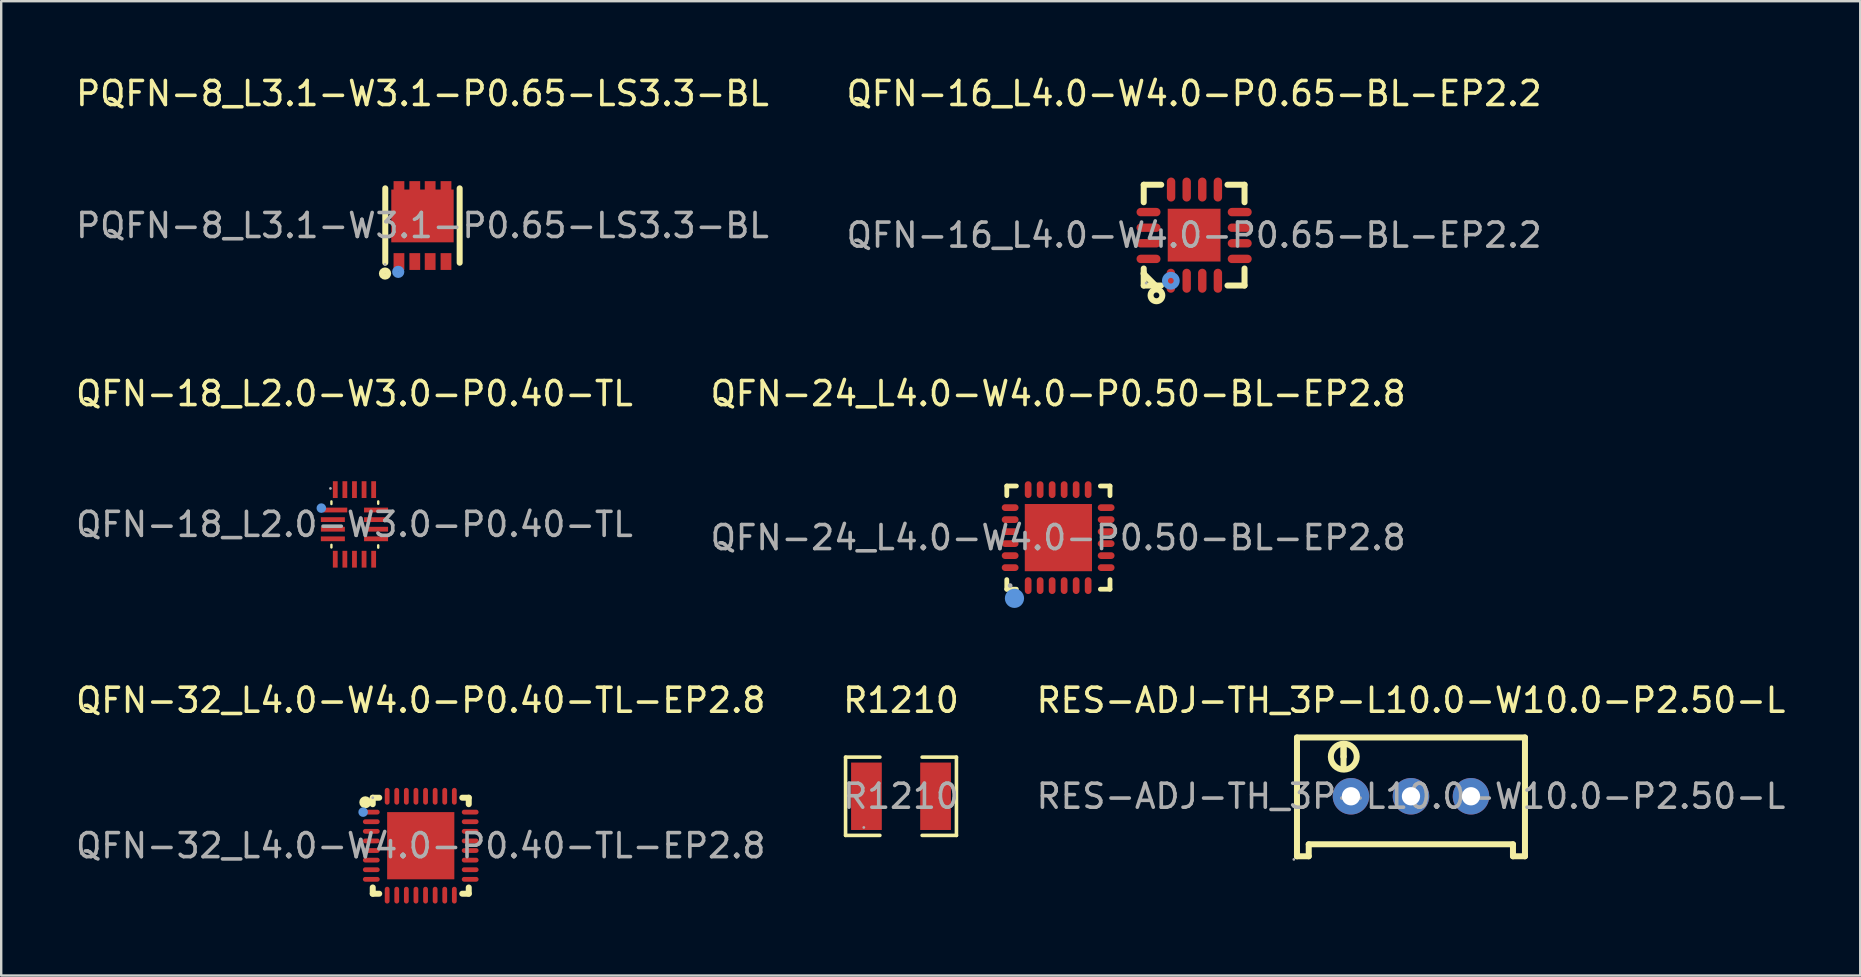
<source format=kicad_pcb>
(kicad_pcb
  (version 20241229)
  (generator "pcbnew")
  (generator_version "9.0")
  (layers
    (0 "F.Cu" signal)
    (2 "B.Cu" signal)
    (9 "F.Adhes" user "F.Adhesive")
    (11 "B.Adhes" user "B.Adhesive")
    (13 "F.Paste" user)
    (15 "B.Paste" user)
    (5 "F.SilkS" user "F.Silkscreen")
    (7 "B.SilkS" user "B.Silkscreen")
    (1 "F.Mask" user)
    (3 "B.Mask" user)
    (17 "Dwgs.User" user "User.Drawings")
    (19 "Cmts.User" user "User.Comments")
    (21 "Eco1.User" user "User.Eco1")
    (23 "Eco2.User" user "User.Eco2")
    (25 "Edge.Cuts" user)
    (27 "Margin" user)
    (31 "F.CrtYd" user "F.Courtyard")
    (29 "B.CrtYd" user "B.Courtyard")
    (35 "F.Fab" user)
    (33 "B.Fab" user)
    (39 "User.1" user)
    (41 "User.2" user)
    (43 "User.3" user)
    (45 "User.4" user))
  (footprint "PQFN-8_L3.1-W3.1-P0.65-LS3.3-BL"
    (layer "F.Cu")
    (at 14.554 6.348)
    (property "Reference" "PQFN-8_L3.1-W3.1-P0.65-LS3.3-BL" (at 0 -5.5 0) (layer "F.SilkS") (effects (font (size 1 1) (thickness 0.15))))
    (attr smd)
    (fp_line (start -1.55 1.55) (end -1.55 -1.55) (stroke (width 0.25) (type solid)) (layer "F.SilkS"))
    (fp_line (start 1.55 -1.55) (end 1.55 1.55) (stroke (width 0.25) (type solid)) (layer "F.SilkS"))
    (fp_circle (center -1.56 2) (end -1.43 2) (stroke (width 0.25) (type solid)) (fill no) (layer "F.SilkS"))
    (fp_circle (center -1.01 1.93) (end -0.88 1.93) (stroke (width 0.25) (type solid)) (fill no) (layer "Cmts.User"))
    (fp_circle (center -1.56 1.62) (end -1.53 1.62) (stroke (width 0.06) (type solid)) (fill no) (layer "F.Fab"))
    (fp_text user "${REFERENCE}" (at 0 0 0) (layer "F.Fab") (effects (font (size 1 1) (thickness 0.15))))
    (pad "1" smd rect (at -0.98 1.5) (size 0.45 0.7) (layers "F.Cu" "F.Mask" "F.Paste"))
    (pad "2" smd rect (at -0.32 1.5) (size 0.45 0.7) (layers "F.Cu" "F.Mask" "F.Paste"))
    (pad "3" smd rect (at 0.32 1.5) (size 0.45 0.7) (layers "F.Cu" "F.Mask" "F.Paste"))
    (pad "4" smd rect (at 0.98 1.5) (size 0.45 0.7) (layers "F.Cu" "F.Mask" "F.Paste"))
    (pad "5" smd rect (at 0.98 -1.5) (size 0.45 0.7) (layers "F.Cu" "F.Mask" "F.Paste"))
    (pad "6" smd rect (at 0.32 -1.5) (size 0.45 0.7) (layers "F.Cu" "F.Mask" "F.Paste"))
    (pad "7" smd rect (at -0.32 -1.5) (size 0.45 0.7) (layers "F.Cu" "F.Mask" "F.Paste"))
    (pad "8" smd rect (at -0.98 -1.5) (size 0.45 0.7) (layers "F.Cu" "F.Mask" "F.Paste"))
    (pad "8" smd rect (at 0 -0.4 90) (size 2.2 2.6) (layers "F.Cu" "F.Mask" "F.Paste")))
  (footprint "R1210"
    (layer "F.Cu")
    (at 34.494 30.13)
    (property "Reference" "R1210" (at 0 -4 0) (layer "F.SilkS") (effects (font (size 1 1) (thickness 0.15))))
    (attr smd)
    (fp_line (start -2.31 -1.63) (end -0.88 -1.63) (stroke (width 0.15) (type solid)) (layer "F.SilkS"))
    (fp_line (start -2.31 1.63) (end -2.31 -1.63) (stroke (width 0.15) (type solid)) (layer "F.SilkS"))
    (fp_line (start -0.88 1.63) (end -2.31 1.63) (stroke (width 0.15) (type solid)) (layer "F.SilkS"))
    (fp_line (start 0.88 1.63) (end 2.31 1.63) (stroke (width 0.15) (type solid)) (layer "F.SilkS"))
    (fp_line (start 2.31 -1.63) (end 0.88 -1.63) (stroke (width 0.15) (type solid)) (layer "F.SilkS"))
    (fp_line (start 2.31 1.63) (end 2.31 -1.63) (stroke (width 0.15) (type solid)) (layer "F.SilkS"))
    (fp_circle (center -1.55 1.3) (end -1.52 1.3) (stroke (width 0.06) (type solid)) (fill no) (layer "F.Fab"))
    (fp_text user "${REFERENCE}" (at 0 0 0) (layer "F.Fab") (effects (font (size 1 1) (thickness 0.15))))
    (pad "1" smd rect (at -1.44 0) (size 1.28 2.81) (layers "F.Cu" "F.Mask" "F.Paste"))
    (pad "2" smd rect (at 1.44 0) (size 1.28 2.81) (layers "F.Cu" "F.Mask" "F.Paste")))
  (footprint "RES-ADJ-TH_3P-L10.0-W10.0-P2.50-L"
    (layer "F.Cu")
    (at 55.744 30.13)
    (property "Reference" "RES-ADJ-TH_3P-L10.0-W10.0-P2.50-L" (at 0 -4 0) (layer "F.SilkS") (effects (font (size 1 1) (thickness 0.15))))
    (attr through_hole)
    (fp_line (start -4.75 -2.45) (end -4.75 2.45) (stroke (width 0.25) (type solid)) (layer "F.SilkS"))
    (fp_line (start -4.75 -2.45) (end 4.75 -2.45) (stroke (width 0.25) (type solid)) (layer "F.SilkS"))
    (fp_line (start -4.75 2.45) (end -4.75 2.5) (stroke (width 0.25) (type solid)) (layer "F.SilkS"))
    (fp_line (start -4.75 2.5) (end -4.26 2.5) (stroke (width 0.25) (type solid)) (layer "F.SilkS"))
    (fp_line (start -4.26 2) (end 4.25 2) (stroke (width 0.25) (type solid)) (layer "F.SilkS"))
    (fp_line (start -4.26 2.5) (end -4.26 2) (stroke (width 0.25) (type solid)) (layer "F.SilkS"))
    (fp_line (start -2.81 -2.03) (end -2.81 -1.65) (stroke (width 0.25) (type solid)) (layer "F.SilkS"))
    (fp_line (start -2.81 -1.65) (end -2.81 -2.03) (stroke (width 0.25) (type solid)) (layer "F.SilkS"))
    (fp_line (start -2.81 -1.27) (end -2.81 -1.65) (stroke (width 0.25) (type solid)) (layer "F.SilkS"))
    (fp_line (start 4.25 2) (end 4.25 2.5) (stroke (width 0.25) (type solid)) (layer "F.SilkS"))
    (fp_line (start 4.25 2.5) (end 4.75 2.5) (stroke (width 0.25) (type solid)) (layer "F.SilkS"))
    (fp_line (start 4.75 2.45) (end 4.75 -2.45) (stroke (width 0.25) (type solid)) (layer "F.SilkS"))
    (fp_line (start 4.75 2.5) (end 4.75 2.45) (stroke (width 0.25) (type solid)) (layer "F.SilkS"))
    (fp_arc (start -2.8 -2.19) (mid -2.795005 -1.110023) (end -2.80999 -2.189908) (stroke (width 0.25) (type solid)) (layer "F.SilkS"))
    (fp_circle (center -4.88 2.63) (end -4.85 2.63) (stroke (width 0.06) (type solid)) (fill no) (layer "F.Fab"))
    (fp_circle (center -2.5 0) (end -2.36 0) (stroke (width 0.28) (type solid)) (fill no) (layer "F.Fab"))
    (fp_circle (center 0 0) (end 0.14 0) (stroke (width 0.28) (type solid)) (fill no) (layer "F.Fab"))
    (fp_circle (center 2.5 0) (end 2.64 0) (stroke (width 0.28) (type solid)) (fill no) (layer "F.Fab"))
    (fp_text user "${REFERENCE}" (at 0 0 0) (layer "F.Fab") (effects (font (size 1 1) (thickness 0.15))))
    (pad "1" thru_hole circle (at -2.5 0) (size 1.52 1.52) (drill 0.762) (layers "*.Cu" "*.Mask"))
    (pad "2" thru_hole circle (at 0 0) (size 1.52 1.52) (drill 0.762) (layers "*.Cu" "*.Mask"))
    (pad "3" thru_hole circle (at 2.5 0) (size 1.52 1.52) (drill 0.762) (layers "*.Cu" "*.Mask")))
  (footprint "QFN-16_L4.0-W4.0-P0.65-BL-EP2.2"
    (layer "F.Cu")
    (at 46.708 6.748)
    (property "Reference" "QFN-16_L4.0-W4.0-P0.65-BL-EP2.2" (at 0 -5.9 0) (layer "F.SilkS") (effects (font (size 1 1) (thickness 0.15))))
    (attr smd)
    (fp_line (start -2.1 -2.1) (end -1.37 -2.1) (stroke (width 0.25) (type solid)) (layer "F.SilkS"))
    (fp_line (start -2.1 -1.37) (end -2.1 -2.1) (stroke (width 0.25) (type solid)) (layer "F.SilkS"))
    (fp_line (start -2.1 1.57) (end -2.1 1.61) (stroke (width 0.25) (type solid)) (layer "F.SilkS"))
    (fp_line (start -2.1 1.61) (end -1.61 2.1) (stroke (width 0.25) (type solid)) (layer "F.SilkS"))
    (fp_line (start -2.1 2.1) (end -2.1 1.39) (stroke (width 0.25) (type solid)) (layer "F.SilkS"))
    (fp_line (start -2.1 2.1) (end -1.38 2.1) (stroke (width 0.25) (type solid)) (layer "F.SilkS"))
    (fp_line (start 1.39 -2.1) (end 2.1 -2.1) (stroke (width 0.25) (type solid)) (layer "F.SilkS"))
    (fp_line (start 1.39 2.1) (end 2.1 2.1) (stroke (width 0.25) (type solid)) (layer "F.SilkS"))
    (fp_line (start 2.1 -1.37) (end 2.1 -2.1) (stroke (width 0.25) (type solid)) (layer "F.SilkS"))
    (fp_line (start 2.1 2.1) (end 2.1 1.39) (stroke (width 0.25) (type solid)) (layer "F.SilkS"))
    (fp_circle (center -1.57 2.51) (end -1.45 2.51) (stroke (width 0.25) (type solid)) (fill no) (layer "F.SilkS"))
    (fp_circle (center -0.97 1.9) (end -0.85 1.9) (stroke (width 0.25) (type solid)) (fill no) (layer "Cmts.User"))
    (fp_circle (center -2 2) (end -1.97 2) (stroke (width 0.06) (type solid)) (fill no) (layer "F.Fab"))
    (fp_text user "${REFERENCE}" (at 0 0 0) (layer "F.Fab") (effects (font (size 1 1) (thickness 0.15))))
    (pad "1" smd oval (at -0.97 1.9) (size 0.35 1) (layers "F.Cu" "F.Mask" "F.Paste"))
    (pad "2" smd oval (at -0.31 1.9) (size 0.35 1) (layers "F.Cu" "F.Mask" "F.Paste"))
    (pad "3" smd oval (at 0.34 1.9) (size 0.35 1) (layers "F.Cu" "F.Mask" "F.Paste"))
    (pad "4" smd oval (at 0.99 1.9) (size 0.35 1) (layers "F.Cu" "F.Mask" "F.Paste"))
    (pad "5" smd oval (at 1.9 0.99) (size 1 0.35) (layers "F.Cu" "F.Mask" "F.Paste"))
    (pad "6" smd oval (at 1.9 0.34) (size 1 0.35) (layers "F.Cu" "F.Mask" "F.Paste"))
    (pad "7" smd oval (at 1.9 -0.31) (size 1 0.35) (layers "F.Cu" "F.Mask" "F.Paste"))
    (pad "8" smd oval (at 1.9 -0.96) (size 1 0.35) (layers "F.Cu" "F.Mask" "F.Paste"))
    (pad "9" smd oval (at 0.99 -1.9) (size 0.35 1) (layers "F.Cu" "F.Mask" "F.Paste"))
    (pad "10" smd oval (at 0.34 -1.9) (size 0.35 1) (layers "F.Cu" "F.Mask" "F.Paste"))
    (pad "11" smd oval (at -0.31 -1.9) (size 0.35 1) (layers "F.Cu" "F.Mask" "F.Paste"))
    (pad "12" smd oval (at -0.96 -1.9) (size 0.35 1) (layers "F.Cu" "F.Mask" "F.Paste"))
    (pad "13" smd oval (at -1.9 -0.96) (size 1 0.35) (layers "F.Cu" "F.Mask" "F.Paste"))
    (pad "14" smd oval (at -1.9 -0.31) (size 1 0.35) (layers "F.Cu" "F.Mask" "F.Paste"))
    (pad "15" smd oval (at -1.9 0.34) (size 1 0.35) (layers "F.Cu" "F.Mask" "F.Paste"))
    (pad "16" smd oval (at -1.9 0.99) (size 1 0.35) (layers "F.Cu" "F.Mask" "F.Paste"))
    (pad "17" smd rect (at 0 0) (size 2.2 2.2) (layers "F.Cu" "F.Mask" "F.Paste")))
  (footprint "QFN-32_L4.0-W4.0-P0.40-TL-EP2.8"
    (layer "F.Cu")
    (at 14.482 32.19)
    (property "Reference" "QFN-32_L4.0-W4.0-P0.40-TL-EP2.8" (at 0 -6.06 0) (layer "F.SilkS") (effects (font (size 1 1) (thickness 0.15))))
    (attr smd)
    (fp_line (start -2 -2) (end -1.73 -2) (stroke (width 0.25) (type solid)) (layer "F.SilkS"))
    (fp_line (start -2 -1.73) (end -2 -2) (stroke (width 0.25) (type solid)) (layer "F.SilkS"))
    (fp_line (start -2 2) (end -2 1.74) (stroke (width 0.25) (type solid)) (layer "F.SilkS"))
    (fp_line (start -1.73 2) (end -2 2) (stroke (width 0.25) (type solid)) (layer "F.SilkS"))
    (fp_line (start 1.73 -2) (end 2 -2) (stroke (width 0.25) (type solid)) (layer "F.SilkS"))
    (fp_line (start 2 -2) (end 2 -1.73) (stroke (width 0.25) (type solid)) (layer "F.SilkS"))
    (fp_line (start 2 1.74) (end 2 2) (stroke (width 0.25) (type solid)) (layer "F.SilkS"))
    (fp_line (start 2 2) (end 1.73 2) (stroke (width 0.25) (type solid)) (layer "F.SilkS"))
    (fp_arc (start -2.31 -1.81) (mid -2.31 -1.81) (end -2.31 -1.81) (stroke (width 0.25) (type solid)) (layer "F.SilkS"))
    (fp_circle (center -2.4 -1.4) (end -2.3 -1.4) (stroke (width 0.2) (type solid)) (fill no) (layer "Cmts.User"))
    (fp_circle (center -2 -2) (end -1.97 -2) (stroke (width 0.06) (type solid)) (fill no) (layer "F.Fab"))
    (fp_text user "${REFERENCE}" (at 0 0 0) (layer "F.Fab") (effects (font (size 1 1) (thickness 0.15))))
    (pad "1" smd oval (at -2.06 -1.4 270) (size 0.2 0.7) (layers "F.Cu" "F.Mask" "F.Paste"))
    (pad "2" smd oval (at -2.06 -1 270) (size 0.2 0.7) (layers "F.Cu" "F.Mask" "F.Paste"))
    (pad "3" smd oval (at -2.06 -0.6 270) (size 0.2 0.7) (layers "F.Cu" "F.Mask" "F.Paste"))
    (pad "4" smd oval (at -2.06 -0.2 270) (size 0.2 0.7) (layers "F.Cu" "F.Mask" "F.Paste"))
    (pad "5" smd oval (at -2.06 0.2 270) (size 0.2 0.7) (layers "F.Cu" "F.Mask" "F.Paste"))
    (pad "6" smd oval (at -2.06 0.6 270) (size 0.2 0.7) (layers "F.Cu" "F.Mask" "F.Paste"))
    (pad "7" smd oval (at -2.06 1 270) (size 0.2 0.7) (layers "F.Cu" "F.Mask" "F.Paste"))
    (pad "8" smd oval (at -2.06 1.4 270) (size 0.2 0.7) (layers "F.Cu" "F.Mask" "F.Paste"))
    (pad "9" smd oval (at -1.4 2.06 180) (size 0.2 0.7) (layers "F.Cu" "F.Mask" "F.Paste"))
    (pad "10" smd oval (at -1 2.06 180) (size 0.2 0.7) (layers "F.Cu" "F.Mask" "F.Paste"))
    (pad "11" smd oval (at -0.6 2.06 180) (size 0.2 0.7) (layers "F.Cu" "F.Mask" "F.Paste"))
    (pad "12" smd oval (at -0.2 2.06 180) (size 0.2 0.7) (layers "F.Cu" "F.Mask" "F.Paste"))
    (pad "13" smd oval (at 0.2 2.06 180) (size 0.2 0.7) (layers "F.Cu" "F.Mask" "F.Paste"))
    (pad "14" smd oval (at 0.6 2.06 180) (size 0.2 0.7) (layers "F.Cu" "F.Mask" "F.Paste"))
    (pad "15" smd oval (at 1 2.06 180) (size 0.2 0.7) (layers "F.Cu" "F.Mask" "F.Paste"))
    (pad "16" smd oval (at 1.4 2.06 180) (size 0.2 0.7) (layers "F.Cu" "F.Mask" "F.Paste"))
    (pad "17" smd oval (at 2.06 1.4 270) (size 0.2 0.7) (layers "F.Cu" "F.Mask" "F.Paste"))
    (pad "18" smd oval (at 2.06 1 270) (size 0.2 0.7) (layers "F.Cu" "F.Mask" "F.Paste"))
    (pad "19" smd oval (at 2.06 0.6 270) (size 0.2 0.7) (layers "F.Cu" "F.Mask" "F.Paste"))
    (pad "20" smd oval (at 2.06 0.2 270) (size 0.2 0.7) (layers "F.Cu" "F.Mask" "F.Paste"))
    (pad "21" smd oval (at 2.06 -0.2 270) (size 0.2 0.7) (layers "F.Cu" "F.Mask" "F.Paste"))
    (pad "22" smd oval (at 2.06 -0.6 270) (size 0.2 0.7) (layers "F.Cu" "F.Mask" "F.Paste"))
    (pad "23" smd oval (at 2.06 -1 270) (size 0.2 0.7) (layers "F.Cu" "F.Mask" "F.Paste"))
    (pad "24" smd oval (at 2.06 -1.4 270) (size 0.2 0.7) (layers "F.Cu" "F.Mask" "F.Paste"))
    (pad "25" smd oval (at 1.4 -2.06) (size 0.2 0.7) (layers "F.Cu" "F.Mask" "F.Paste"))
    (pad "26" smd oval (at 1 -2.06) (size 0.2 0.7) (layers "F.Cu" "F.Mask" "F.Paste"))
    (pad "27" smd oval (at 0.6 -2.06) (size 0.2 0.7) (layers "F.Cu" "F.Mask" "F.Paste"))
    (pad "28" smd oval (at 0.2 -2.06) (size 0.2 0.7) (layers "F.Cu" "F.Mask" "F.Paste"))
    (pad "29" smd oval (at -0.2 -2.06) (size 0.2 0.7) (layers "F.Cu" "F.Mask" "F.Paste"))
    (pad "30" smd oval (at -0.6 -2.06) (size 0.2 0.7) (layers "F.Cu" "F.Mask" "F.Paste"))
    (pad "31" smd oval (at -1 -2.06) (size 0.2 0.7) (layers "F.Cu" "F.Mask" "F.Paste"))
    (pad "32" smd oval (at -1.4 -2.06) (size 0.2 0.7) (layers "F.Cu" "F.Mask" "F.Paste"))
    (pad "33" smd rect (at 0 0 180) (size 2.8 2.8) (layers "F.Cu" "F.Mask" "F.Paste")))
  (footprint "QFN-24_L4.0-W4.0-P0.50-BL-EP2.8"
    (layer "F.Cu")
    (at 41.042 19.352)
    (property "Reference" "QFN-24_L4.0-W4.0-P0.50-BL-EP2.8" (at 0 -6 0) (layer "F.SilkS") (effects (font (size 1 1) (thickness 0.15))))
    (attr smd)
    (fp_line (start -2.14 -2.15) (end -1.74 -2.15) (stroke (width 0.2) (type solid)) (layer "F.SilkS"))
    (fp_line (start -2.14 -1.75) (end -2.14 -2.15) (stroke (width 0.2) (type solid)) (layer "F.SilkS"))
    (fp_line (start -2.14 2.15) (end -2.14 1.75) (stroke (width 0.2) (type solid)) (layer "F.SilkS"))
    (fp_line (start -1.74 2.15) (end -2.14 2.15) (stroke (width 0.2) (type solid)) (layer "F.SilkS"))
    (fp_line (start 2.16 -2.15) (end 1.76 -2.15) (stroke (width 0.2) (type solid)) (layer "F.SilkS"))
    (fp_line (start 2.16 -1.75) (end 2.16 -2.15) (stroke (width 0.2) (type solid)) (layer "F.SilkS"))
    (fp_line (start 2.16 1.75) (end 2.16 2.15) (stroke (width 0.2) (type solid)) (layer "F.SilkS"))
    (fp_line (start 2.16 2.15) (end 1.76 2.15) (stroke (width 0.2) (type solid)) (layer "F.SilkS"))
    (fp_circle (center -1.82 2.53) (end -1.62 2.53) (stroke (width 0.4) (type solid)) (fill no) (layer "Cmts.User"))
    (fp_circle (center -2 2) (end -1.95 2) (stroke (width 0.1) (type solid)) (fill no) (layer "F.Fab"))
    (fp_text user "${REFERENCE}" (at 0 0 0) (layer "F.Fab") (effects (font (size 1 1) (thickness 0.15))))
    (pad "1" smd oval (at -1.25 2 180) (size 0.28 0.7) (layers "F.Cu" "F.Mask" "F.Paste"))
    (pad "2" smd oval (at -0.75 2 180) (size 0.28 0.7) (layers "F.Cu" "F.Mask" "F.Paste"))
    (pad "3" smd oval (at -0.25 2 180) (size 0.28 0.7) (layers "F.Cu" "F.Mask" "F.Paste"))
    (pad "4" smd oval (at 0.25 2 180) (size 0.28 0.7) (layers "F.Cu" "F.Mask" "F.Paste"))
    (pad "5" smd oval (at 0.75 2 180) (size 0.28 0.7) (layers "F.Cu" "F.Mask" "F.Paste"))
    (pad "6" smd oval (at 1.25 2 180) (size 0.28 0.7) (layers "F.Cu" "F.Mask" "F.Paste"))
    (pad "7" smd oval (at 2 1.25 90) (size 0.28 0.7) (layers "F.Cu" "F.Mask" "F.Paste"))
    (pad "8" smd oval (at 2 0.75 90) (size 0.28 0.7) (layers "F.Cu" "F.Mask" "F.Paste"))
    (pad "9" smd oval (at 2 0.25 90) (size 0.28 0.7) (layers "F.Cu" "F.Mask" "F.Paste"))
    (pad "10" smd oval (at 2 -0.25 90) (size 0.28 0.7) (layers "F.Cu" "F.Mask" "F.Paste"))
    (pad "11" smd oval (at 2 -0.75 90) (size 0.28 0.7) (layers "F.Cu" "F.Mask" "F.Paste"))
    (pad "12" smd oval (at 2 -1.25 90) (size 0.28 0.7) (layers "F.Cu" "F.Mask" "F.Paste"))
    (pad "13" smd oval (at 1.25 -2 180) (size 0.28 0.7) (layers "F.Cu" "F.Mask" "F.Paste"))
    (pad "14" smd oval (at 0.75 -2 180) (size 0.28 0.7) (layers "F.Cu" "F.Mask" "F.Paste"))
    (pad "15" smd oval (at 0.25 -2 180) (size 0.28 0.7) (layers "F.Cu" "F.Mask" "F.Paste"))
    (pad "16" smd oval (at -0.25 -2 180) (size 0.28 0.7) (layers "F.Cu" "F.Mask" "F.Paste"))
    (pad "17" smd oval (at -0.75 -2 180) (size 0.28 0.7) (layers "F.Cu" "F.Mask" "F.Paste"))
    (pad "18" smd oval (at -1.25 -2 180) (size 0.28 0.7) (layers "F.Cu" "F.Mask" "F.Paste"))
    (pad "19" smd oval (at -2 -1.25 90) (size 0.28 0.7) (layers "F.Cu" "F.Mask" "F.Paste"))
    (pad "20" smd oval (at -2 -0.75 90) (size 0.28 0.7) (layers "F.Cu" "F.Mask" "F.Paste"))
    (pad "21" smd oval (at -2 -0.25 90) (size 0.28 0.7) (layers "F.Cu" "F.Mask" "F.Paste"))
    (pad "22" smd oval (at -2 0.25 90) (size 0.28 0.7) (layers "F.Cu" "F.Mask" "F.Paste"))
    (pad "23" smd oval (at -2 0.75 90) (size 0.28 0.7) (layers "F.Cu" "F.Mask" "F.Paste"))
    (pad "24" smd oval (at -2 1.25 90) (size 0.28 0.7) (layers "F.Cu" "F.Mask" "F.Paste"))
    (pad "25" smd rect (at 0.01 0 90) (size 2.8 2.8) (layers "F.Cu" "F.Mask" "F.Paste")))
  (footprint "QFN-18_L2.0-W3.0-P0.40-TL"
    (layer "F.Cu")
    (at 11.72 18.802)
    (property "Reference" "QFN-18_L2.0-W3.0-P0.40-TL" (at 0 -5.45 0) (layer "F.SilkS") (effects (font (size 1 1) (thickness 0.15))))
    (attr smd)
    (fp_line (start -0.96 -0.96) (end -0.96 -0.85) (stroke (width 0.1) (type solid)) (layer "F.SilkS"))
    (fp_line (start -0.96 0.85) (end -0.96 0.96) (stroke (width 0.1) (type solid)) (layer "F.SilkS"))
    (fp_line (start 0.99 -0.96) (end 0.99 -0.86) (stroke (width 0.1) (type solid)) (layer "F.SilkS"))
    (fp_line (start 0.99 0.87) (end 0.99 0.97) (stroke (width 0.1) (type solid)) (layer "F.SilkS"))
    (fp_circle (center -1.38 -0.68) (end -1.28 -0.68) (stroke (width 0.2) (type solid)) (fill no) (layer "Cmts.User"))
    (fp_circle (center -1 -1.5) (end -0.97 -1.5) (stroke (width 0.06) (type solid)) (fill no) (layer "F.Fab"))
    (fp_text user "${REFERENCE}" (at 0 0 0) (layer "F.Fab") (effects (font (size 1 1) (thickness 0.15))))
    (pad "1" smd rect (at -0.8 -0.6) (size 1 0.2) (layers "F.Cu" "F.Mask" "F.Paste"))
    (pad "2" smd rect (at -0.9 -0.2) (size 1 0.2) (layers "F.Cu" "F.Mask" "F.Paste"))
    (pad "3" smd rect (at -0.9 0.2) (size 1 0.2) (layers "F.Cu" "F.Mask" "F.Paste"))
    (pad "4" smd rect (at -0.9 0.6) (size 1 0.2) (layers "F.Cu" "F.Mask" "F.Paste"))
    (pad "5" smd rect (at -0.8 1.45 90) (size 0.7 0.2) (layers "F.Cu" "F.Mask" "F.Paste"))
    (pad "6" smd rect (at -0.4 1.45 90) (size 0.7 0.2) (layers "F.Cu" "F.Mask" "F.Paste"))
    (pad "7" smd rect (at 0 1.45 90) (size 0.7 0.2) (layers "F.Cu" "F.Mask" "F.Paste"))
    (pad "8" smd rect (at 0.4 1.45 90) (size 0.7 0.2) (layers "F.Cu" "F.Mask" "F.Paste"))
    (pad "9" smd rect (at 0.8 1.45 90) (size 0.7 0.2) (layers "F.Cu" "F.Mask" "F.Paste"))
    (pad "10" smd rect (at 0.9 0.6) (size 1 0.2) (layers "F.Cu" "F.Mask" "F.Paste"))
    (pad "11" smd rect (at 0.9 0.2) (size 1 0.2) (layers "F.Cu" "F.Mask" "F.Paste"))
    (pad "12" smd rect (at 0.9 -0.2) (size 1 0.2) (layers "F.Cu" "F.Mask" "F.Paste"))
    (pad "13" smd rect (at 0.9 -0.6) (size 1 0.2) (layers "F.Cu" "F.Mask" "F.Paste"))
    (pad "14" smd rect (at 0.8 -1.45 90) (size 0.7 0.2) (layers "F.Cu" "F.Mask" "F.Paste"))
    (pad "15" smd rect (at 0.4 -1.45 90) (size 0.7 0.2) (layers "F.Cu" "F.Mask" "F.Paste"))
    (pad "16" smd rect (at 0 -1.45 90) (size 0.7 0.2) (layers "F.Cu" "F.Mask" "F.Paste"))
    (pad "17" smd rect (at -0.4 -1.45 90) (size 0.7 0.2) (layers "F.Cu" "F.Mask" "F.Paste"))
    (pad "18" smd rect (at -0.8 -1.45 90) (size 0.7 0.2) (layers "F.Cu" "F.Mask" "F.Paste")))
  (gr_rect
    (start -3 -3)
    (end 74.464 37.6)
    (stroke (width 0.1) (type default))
    (fill no)
    (layer "Edge.Cuts")))
</source>
